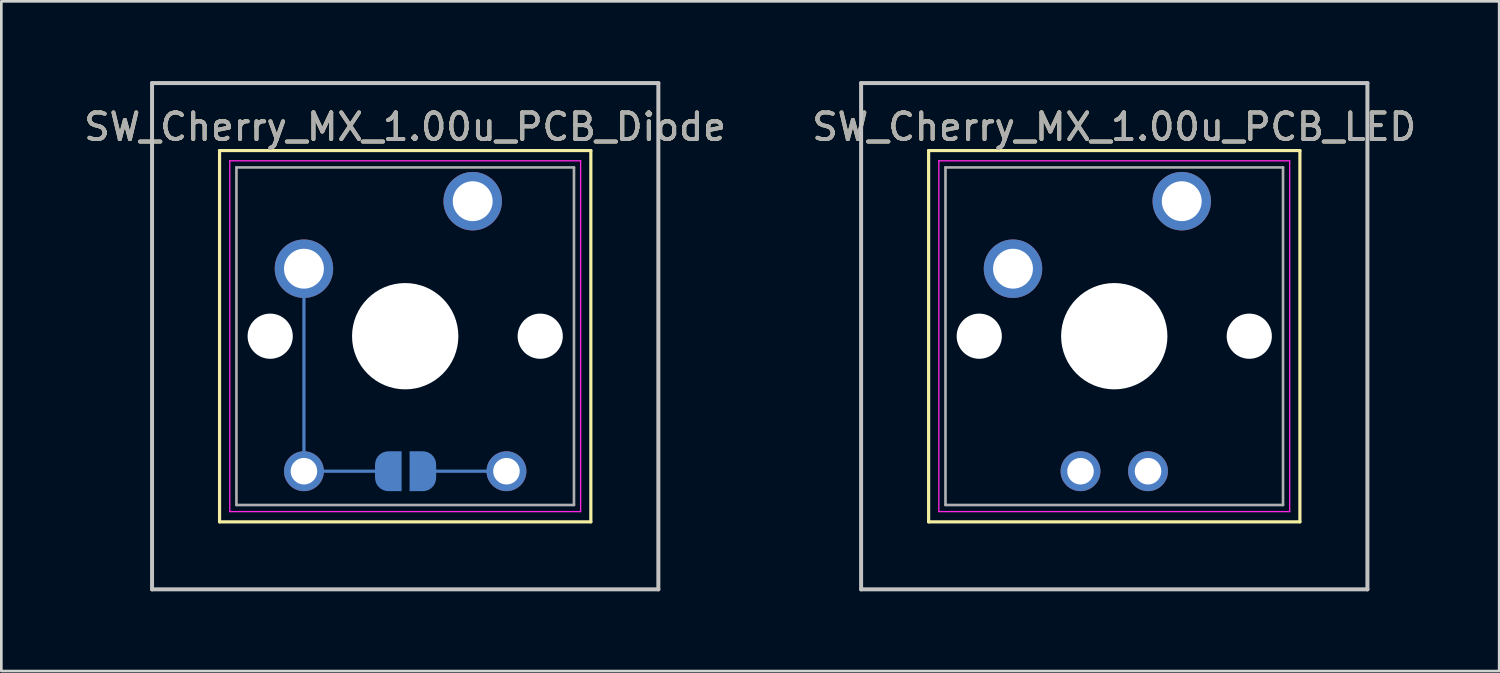
<source format=kicad_pcb>
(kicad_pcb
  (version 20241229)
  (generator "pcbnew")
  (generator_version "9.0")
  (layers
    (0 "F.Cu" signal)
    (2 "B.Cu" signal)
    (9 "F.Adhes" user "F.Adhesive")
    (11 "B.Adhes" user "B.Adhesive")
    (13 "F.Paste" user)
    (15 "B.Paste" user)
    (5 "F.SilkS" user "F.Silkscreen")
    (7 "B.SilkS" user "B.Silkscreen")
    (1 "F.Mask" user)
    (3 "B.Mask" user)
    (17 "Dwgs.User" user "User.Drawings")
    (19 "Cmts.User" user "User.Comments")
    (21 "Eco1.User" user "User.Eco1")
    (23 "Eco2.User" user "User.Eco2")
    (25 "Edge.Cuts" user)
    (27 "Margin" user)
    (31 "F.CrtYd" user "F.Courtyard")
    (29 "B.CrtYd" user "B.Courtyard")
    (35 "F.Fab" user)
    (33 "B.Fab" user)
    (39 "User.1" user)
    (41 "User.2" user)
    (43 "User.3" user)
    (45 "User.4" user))
  (footprint "SW_Cherry_MX_1.00u_PCB_LED"
    (layer "F.Cu")
    (at 41.415 4.52)
    (property "Reference" "SW_Cherry_MX_1.00u_PCB_LED" (at -2.54 -2.794 0) (layer "F.SilkS") (effects (font (size 1 1) (thickness 0.15))))
    (attr through_hole)
    (fp_line (start -9.525 -1.905) (end 4.445 -1.905) (stroke (width 0.12) (type solid)) (layer "F.SilkS"))
    (fp_line (start -9.525 12.065) (end -9.525 -1.905) (stroke (width 0.12) (type solid)) (layer "F.SilkS"))
    (fp_line (start 4.445 -1.905) (end 4.445 12.065) (stroke (width 0.12) (type solid)) (layer "F.SilkS"))
    (fp_line (start 4.445 12.065) (end -9.525 12.065) (stroke (width 0.12) (type solid)) (layer "F.SilkS"))
    (fp_line (start -12.065 -4.445) (end 6.985 -4.445) (stroke (width 0.15) (type solid)) (layer "Dwgs.User"))
    (fp_line (start -12.065 14.605) (end -12.065 -4.445) (stroke (width 0.15) (type solid)) (layer "Dwgs.User"))
    (fp_line (start 6.985 -4.445) (end 6.985 14.605) (stroke (width 0.15) (type solid)) (layer "Dwgs.User"))
    (fp_line (start 6.985 14.605) (end -12.065 14.605) (stroke (width 0.15) (type solid)) (layer "Dwgs.User"))
    (fp_line (start -9.14 -1.52) (end 4.06 -1.52) (stroke (width 0.05) (type solid)) (layer "F.CrtYd"))
    (fp_line (start -9.14 11.68) (end -9.14 -1.52) (stroke (width 0.05) (type solid)) (layer "F.CrtYd"))
    (fp_line (start 4.06 -1.52) (end 4.06 11.68) (stroke (width 0.05) (type solid)) (layer "F.CrtYd"))
    (fp_line (start 4.06 11.68) (end -9.14 11.68) (stroke (width 0.05) (type solid)) (layer "F.CrtYd"))
    (fp_line (start -8.89 -1.27) (end 3.81 -1.27) (stroke (width 0.1) (type solid)) (layer "F.Fab"))
    (fp_line (start -8.89 11.43) (end -8.89 -1.27) (stroke (width 0.1) (type solid)) (layer "F.Fab"))
    (fp_line (start 3.81 -1.27) (end 3.81 11.43) (stroke (width 0.1) (type solid)) (layer "F.Fab"))
    (fp_line (start 3.81 11.43) (end -8.89 11.43) (stroke (width 0.1) (type solid)) (layer "F.Fab"))
    (fp_text user "${REFERENCE}" (at -2.54 -2.794 0) (layer "F.Fab") (effects (font (size 1 1) (thickness 0.15))))
    (pad "" np_thru_hole circle (at -7.62 5.08) (size 1.7 1.7) (drill 1.7) (layers "*.Cu" "*.Mask"))
    (pad "" np_thru_hole circle (at -2.54 5.08) (size 4 4) (drill 4) (layers "*.Cu" "*.Mask"))
    (pad "" np_thru_hole circle (at 2.54 5.08) (size 1.7 1.7) (drill 1.7) (layers "*.Cu" "*.Mask"))
    (pad "1" thru_hole circle (at 0 0) (size 2.2 2.2) (drill 1.5) (layers "*.Cu" "*.Mask"))
    (pad "2" thru_hole circle (at -6.35 2.54) (size 2.2 2.2) (drill 1.5) (layers "*.Cu" "*.Mask"))
    (pad "3" thru_hole circle (at -1.27 10.16) (size 1.5 1.5) (drill 1) (layers "*.Cu" "*.Mask"))
    (pad "4" thru_hole circle (at -3.81 10.16) (size 1.5 1.5) (drill 1) (layers "*.Cu" "*.Mask")))
  (footprint "SW_Cherry_MX_1.00u_PCB_Diode"
    (layer "F.Cu")
    (at 14.736 4.52)
    (property "Reference" "SW_Cherry_MX_1.00u_PCB_Diode" (at -2.54 -2.794 0) (layer "F.SilkS") (effects (font (size 1 1) (thickness 0.15))))
    (attr through_hole)
    (fp_line (start -6.35 2.54) (end -6.35 10.16) (stroke (width 0.12) (type solid)) (layer "B.Cu"))
    (fp_line (start -3.175 10.16) (end -6.35 10.16) (stroke (width 0.12) (type solid)) (layer "B.Cu"))
    (fp_line (start -1.875 10.16) (end 1.27 10.16) (stroke (width 0.12) (type solid)) (layer "B.Cu"))
    (fp_line (start -9.525 -1.905) (end 4.445 -1.905) (stroke (width 0.12) (type solid)) (layer "F.SilkS"))
    (fp_line (start -9.525 12.065) (end -9.525 -1.905) (stroke (width 0.12) (type solid)) (layer "F.SilkS"))
    (fp_line (start 4.445 -1.905) (end 4.445 12.065) (stroke (width 0.12) (type solid)) (layer "F.SilkS"))
    (fp_line (start 4.445 12.065) (end -9.525 12.065) (stroke (width 0.12) (type solid)) (layer "F.SilkS"))
    (fp_line (start -12.065 -4.445) (end 6.985 -4.445) (stroke (width 0.15) (type solid)) (layer "Dwgs.User"))
    (fp_line (start -12.065 14.605) (end -12.065 -4.445) (stroke (width 0.15) (type solid)) (layer "Dwgs.User"))
    (fp_line (start 6.985 -4.445) (end 6.985 14.605) (stroke (width 0.15) (type solid)) (layer "Dwgs.User"))
    (fp_line (start 6.985 14.605) (end -12.065 14.605) (stroke (width 0.15) (type solid)) (layer "Dwgs.User"))
    (fp_line (start -9.14 -1.52) (end 4.06 -1.52) (stroke (width 0.05) (type solid)) (layer "F.CrtYd"))
    (fp_line (start -9.14 11.68) (end -9.14 -1.52) (stroke (width 0.05) (type solid)) (layer "F.CrtYd"))
    (fp_line (start 4.06 -1.52) (end 4.06 11.68) (stroke (width 0.05) (type solid)) (layer "F.CrtYd"))
    (fp_line (start 4.06 11.68) (end -9.14 11.68) (stroke (width 0.05) (type solid)) (layer "F.CrtYd"))
    (fp_line (start -8.89 -1.27) (end 3.81 -1.27) (stroke (width 0.1) (type solid)) (layer "F.Fab"))
    (fp_line (start -8.89 11.43) (end -8.89 -1.27) (stroke (width 0.1) (type solid)) (layer "F.Fab"))
    (fp_line (start 3.81 -1.27) (end 3.81 11.43) (stroke (width 0.1) (type solid)) (layer "F.Fab"))
    (fp_line (start 3.81 11.43) (end -8.89 11.43) (stroke (width 0.1) (type solid)) (layer "F.Fab"))
    (fp_text user "${REFERENCE}" (at -2.54 -2.794 0) (layer "F.Fab") (effects (font (size 1 1) (thickness 0.15))))
    (pad "" np_thru_hole circle (at -7.62 5.08) (size 1.7 1.7) (drill 1.7) (layers "*.Cu" "*.Mask"))
    (pad "" thru_hole circle (at -6.35 2.54) (size 2.2 2.2) (drill 1.5) (layers "*.Cu" "*.Mask"))
    (pad "" thru_hole circle (at -6.35 10.16) (size 1.5 1.5) (drill 1) (layers "*.Cu" "*.Mask"))
    (pad "" smd custom (at -3.175 10.16) (size 1 0.5) (layers "B.Cu" "B.Mask") (options (anchor rect)) (primitives (gr_circle (center 0 0.25) (end -0.5 0.25) (width 0) (fill yes)) (gr_circle (center 0 -0.25) (end -0.5 -0.25) (width 0) (fill yes)) (gr_poly (pts (xy 0 0.75) (xy 0.5 0.75) (xy 0.5 -0.75) (xy 0 -0.75)) (width 0) (fill yes))))
    (pad "" np_thru_hole circle (at -2.54 5.08) (size 4 4) (drill 4) (layers "*.Cu" "*.Mask"))
    (pad "" smd custom (at -1.875 10.16) (size 1 0.5) (layers "B.Cu" "B.Mask") (options (anchor rect)) (primitives (gr_circle (center 0 0.25) (end -0.5 0.25) (width 0) (fill yes)) (gr_circle (center 0 -0.25) (end -0.5 -0.25) (width 0) (fill yes)) (gr_poly (pts (xy -0.5 0.75) (xy 0 0.75) (xy 0 -0.75) (xy -0.5 -0.75)) (width 0) (fill yes))))
    (pad "" np_thru_hole circle (at 2.54 5.08) (size 1.7 1.7) (drill 1.7) (layers "*.Cu" "*.Mask"))
    (pad "1" thru_hole circle (at 0 0) (size 2.2 2.2) (drill 1.5) (layers "*.Cu" "*.Mask"))
    (pad "2" thru_hole circle (at 1.27 10.16) (size 1.5 1.5) (drill 1) (layers "*.Cu" "*.Mask")))
  (gr_rect
    (start -3 -3)
    (end 53.357 22.2)
    (stroke (width 0.1) (type default))
    (fill no)
    (layer "Edge.Cuts")))
</source>
